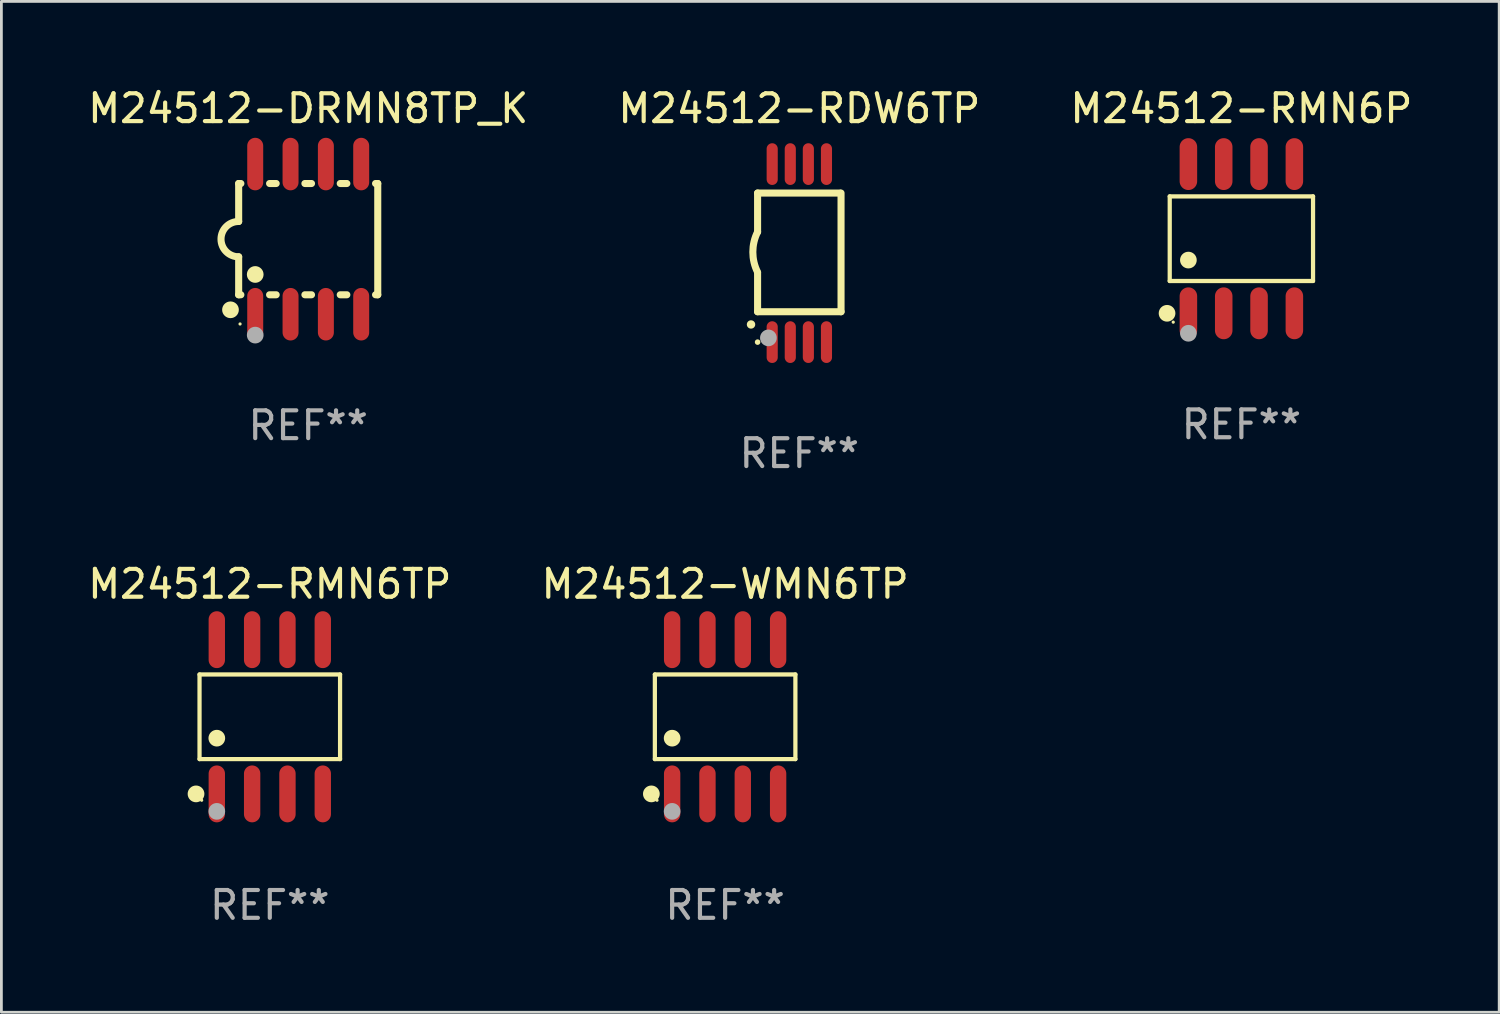
<source format=kicad_pcb>
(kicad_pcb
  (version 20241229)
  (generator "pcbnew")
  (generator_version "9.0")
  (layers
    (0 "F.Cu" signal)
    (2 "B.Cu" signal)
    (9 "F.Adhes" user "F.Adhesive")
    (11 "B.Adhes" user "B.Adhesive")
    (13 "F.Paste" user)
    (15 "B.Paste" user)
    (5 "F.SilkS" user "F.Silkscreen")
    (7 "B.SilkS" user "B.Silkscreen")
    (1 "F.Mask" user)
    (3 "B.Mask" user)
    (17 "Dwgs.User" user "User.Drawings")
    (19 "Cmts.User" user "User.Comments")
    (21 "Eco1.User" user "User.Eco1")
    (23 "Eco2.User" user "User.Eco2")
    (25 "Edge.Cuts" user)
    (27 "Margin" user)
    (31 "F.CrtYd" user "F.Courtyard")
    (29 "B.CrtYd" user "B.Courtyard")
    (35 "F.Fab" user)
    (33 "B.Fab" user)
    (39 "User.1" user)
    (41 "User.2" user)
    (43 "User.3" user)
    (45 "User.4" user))
  (footprint "M24512-RMN6TP"
    (layer "F.Cu")
    (at 6.649 22.718)
    (property "Reference" "M24512-RMN6TP" (at 0 -4.772 0) (layer "F.SilkS") (effects (font (size 1 1) (thickness 0.15))))
    (attr through_hole)
    (fp_line (start -2.526 -1.521) (end 2.526 -1.521) (stroke (width 0.152) (type solid)) (layer "F.SilkS"))
    (fp_line (start -2.526 1.521) (end -2.526 -1.521) (stroke (width 0.152) (type solid)) (layer "F.SilkS"))
    (fp_line (start 2.526 -1.521) (end 2.526 1.521) (stroke (width 0.152) (type solid)) (layer "F.SilkS"))
    (fp_line (start 2.526 1.521) (end -2.526 1.521) (stroke (width 0.152) (type solid)) (layer "F.SilkS"))
    (fp_circle (center -2.652 2.772) (end -2.501 2.772) (stroke (width 0.3) (type solid)) (fill no) (layer "F.SilkS"))
    (fp_circle (center -2.45 3) (end -2.42 3) (stroke (width 0.06) (type solid)) (fill no) (layer "F.SilkS"))
    (fp_circle (center -1.905 0.769) (end -1.755 0.769) (stroke (width 0.3) (type solid)) (fill no) (layer "F.SilkS"))
    (fp_circle (center -1.905 3.4) (end -1.755 3.4) (stroke (width 0.3) (type solid)) (fill no) (layer "F.Fab"))
    (fp_text user "REF**" (at 0 6.772 0) (layer "F.Fab") (effects (font (size 1 1) (thickness 0.15))))
    (pad "1" smd oval (at -1.905 2.772) (size 0.588 2.045) (layers "F.Cu" "F.Mask" "F.Paste"))
    (pad "2" smd oval (at -0.635 2.772) (size 0.588 2.045) (layers "F.Cu" "F.Mask" "F.Paste"))
    (pad "3" smd oval (at 0.635 2.772) (size 0.588 2.045) (layers "F.Cu" "F.Mask" "F.Paste"))
    (pad "4" smd oval (at 1.905 2.772) (size 0.588 2.045) (layers "F.Cu" "F.Mask" "F.Paste"))
    (pad "5" smd oval (at 1.905 -2.772) (size 0.588 2.045) (layers "F.Cu" "F.Mask" "F.Paste"))
    (pad "6" smd oval (at 0.635 -2.772) (size 0.588 2.045) (layers "F.Cu" "F.Mask" "F.Paste"))
    (pad "7" smd oval (at -0.635 -2.772) (size 0.588 2.045) (layers "F.Cu" "F.Mask" "F.Paste"))
    (pad "8" smd oval (at -1.905 -2.772) (size 0.588 2.045) (layers "F.Cu" "F.Mask" "F.Paste")))
  (footprint "M24512-RDW6TP"
    (layer "F.Cu")
    (at 25.685 6.049)
    (property "Reference" "M24512-RDW6TP" (at 0 -5.2 0) (layer "F.SilkS") (effects (font (size 1 1) (thickness 0.15))))
    (attr through_hole)
    (fp_line (start -1.5 -0.762) (end -1.5 -2.159) (stroke (width 0.254) (type solid)) (layer "F.SilkS"))
    (fp_line (start -1.5 2.108) (end -1.5 0.711) (stroke (width 0.254) (type solid)) (layer "F.SilkS"))
    (fp_line (start -1.5 2.108) (end 1.5 2.108) (stroke (width 0.254) (type solid)) (layer "F.SilkS"))
    (fp_line (start 1.463 -2.159) (end -1.5 -2.159) (stroke (width 0.254) (type solid)) (layer "F.SilkS"))
    (fp_line (start 1.5 2.108) (end 1.5 -2.159) (stroke (width 0.254) (type solid)) (layer "F.SilkS"))
    (fp_arc (start -1.737287 2.565405) (mid -1.736017 2.5654) (end -1.734747 2.565405) (stroke (width 0.3) (type solid)) (layer "F.SilkS"))
    (fp_arc (start -1.500076 0.685801) (mid -1.670966 -0.0381) (end -1.500076 -0.762002) (stroke (width 0.254001) (type solid)) (layer "F.SilkS"))
    (fp_circle (center -1.5 3.2) (end -1.45 3.2) (stroke (width 0.1) (type solid)) (fill no) (layer "F.SilkS"))
    (fp_circle (center -1.112 3.048) (end -0.962 3.048) (stroke (width 0.3) (type solid)) (fill no) (layer "F.Fab"))
    (fp_text user "REF**" (at 0 7.2 0) (layer "F.Fab") (effects (font (size 1 1) (thickness 0.15))))
    (pad "1" smd oval (at -0.975 3.2 180) (size 0.4 1.5) (layers "F.Cu" "F.Mask" "F.Paste"))
    (pad "2" smd oval (at -0.325 3.2 180) (size 0.4 1.5) (layers "F.Cu" "F.Mask" "F.Paste"))
    (pad "3" smd oval (at 0.325 3.2 180) (size 0.4 1.5) (layers "F.Cu" "F.Mask" "F.Paste"))
    (pad "4" smd oval (at 0.976 3.2 180) (size 0.4 1.5) (layers "F.Cu" "F.Mask" "F.Paste"))
    (pad "5" smd oval (at 0.976 -3.2 180) (size 0.4 1.5) (layers "F.Cu" "F.Mask" "F.Paste"))
    (pad "6" smd oval (at 0.325 -3.2 180) (size 0.4 1.5) (layers "F.Cu" "F.Mask" "F.Paste"))
    (pad "7" smd oval (at -0.325 -3.2 180) (size 0.4 1.5) (layers "F.Cu" "F.Mask" "F.Paste"))
    (pad "8" smd oval (at -0.975 -3.2 180) (size 0.4 1.5) (layers "F.Cu" "F.Mask" "F.Paste")))
  (footprint "M24512-RMN6P"
    (layer "F.Cu")
    (at 41.577 5.531)
    (property "Reference" "M24512-RMN6P" (at 0 -4.682 0) (layer "F.SilkS") (effects (font (size 1 1) (thickness 0.15))))
    (attr through_hole)
    (fp_line (start -2.576 -1.521) (end 2.576 -1.521) (stroke (width 0.152) (type solid)) (layer "F.SilkS"))
    (fp_line (start -2.576 1.521) (end -2.576 -1.521) (stroke (width 0.152) (type solid)) (layer "F.SilkS"))
    (fp_line (start 2.576 -1.521) (end 2.576 1.521) (stroke (width 0.152) (type solid)) (layer "F.SilkS"))
    (fp_line (start 2.576 1.521) (end -2.576 1.521) (stroke (width 0.152) (type solid)) (layer "F.SilkS"))
    (fp_circle (center -2.672 2.682) (end -2.522 2.682) (stroke (width 0.3) (type solid)) (fill no) (layer "F.SilkS"))
    (fp_circle (center -2.45 3) (end -2.42 3) (stroke (width 0.06) (type solid)) (fill no) (layer "F.SilkS"))
    (fp_circle (center -1.905 0.769) (end -1.755 0.769) (stroke (width 0.3) (type solid)) (fill no) (layer "F.SilkS"))
    (fp_circle (center -1.905 3.4) (end -1.755 3.4) (stroke (width 0.3) (type solid)) (fill no) (layer "F.Fab"))
    (fp_text user "REF**" (at 0 6.682 0) (layer "F.Fab") (effects (font (size 1 1) (thickness 0.15))))
    (pad "1" smd oval (at -1.905 2.682) (size 0.63 1.865) (layers "F.Cu" "F.Mask" "F.Paste"))
    (pad "2" smd oval (at -0.635 2.682) (size 0.63 1.865) (layers "F.Cu" "F.Mask" "F.Paste"))
    (pad "3" smd oval (at 0.635 2.682) (size 0.63 1.865) (layers "F.Cu" "F.Mask" "F.Paste"))
    (pad "4" smd oval (at 1.905 2.682) (size 0.63 1.865) (layers "F.Cu" "F.Mask" "F.Paste"))
    (pad "5" smd oval (at 1.905 -2.682) (size 0.63 1.865) (layers "F.Cu" "F.Mask" "F.Paste"))
    (pad "6" smd oval (at 0.635 -2.682) (size 0.63 1.865) (layers "F.Cu" "F.Mask" "F.Paste"))
    (pad "7" smd oval (at -0.635 -2.682) (size 0.63 1.865) (layers "F.Cu" "F.Mask" "F.Paste"))
    (pad "8" smd oval (at -1.905 -2.682) (size 0.63 1.865) (layers "F.Cu" "F.Mask" "F.Paste")))
  (footprint "M24512-DRMN8TP_K"
    (layer "F.Cu")
    (at 8.03 5.547)
    (property "Reference" "M24512-DRMN8TP_K" (at 0 -4.699 0) (layer "F.SilkS") (effects (font (size 1 1) (thickness 0.15))))
    (attr through_hole)
    (fp_line (start -2.5 -2) (end -2.5 -0.635) (stroke (width 0.254) (type solid)) (layer "F.SilkS"))
    (fp_line (start -2.5 -2) (end -2.421 -2) (stroke (width 0.254) (type solid)) (layer "F.SilkS"))
    (fp_line (start -2.5 2) (end -2.5 0.635) (stroke (width 0.254) (type solid)) (layer "F.SilkS"))
    (fp_line (start -2.5 2) (end -2.421 2) (stroke (width 0.254) (type solid)) (layer "F.SilkS"))
    (fp_line (start -1.389 -2) (end -1.151 -2) (stroke (width 0.254) (type solid)) (layer "F.SilkS"))
    (fp_line (start -1.389 2) (end -1.151 2) (stroke (width 0.254) (type solid)) (layer "F.SilkS"))
    (fp_line (start -0.119 -2) (end 0.119 -2) (stroke (width 0.254) (type solid)) (layer "F.SilkS"))
    (fp_line (start -0.119 2) (end 0.119 2) (stroke (width 0.254) (type solid)) (layer "F.SilkS"))
    (fp_line (start 1.151 -2) (end 1.389 -2) (stroke (width 0.254) (type solid)) (layer "F.SilkS"))
    (fp_line (start 1.151 2) (end 1.389 2) (stroke (width 0.254) (type solid)) (layer "F.SilkS"))
    (fp_line (start 2.421 -2) (end 2.5 -2) (stroke (width 0.254) (type solid)) (layer "F.SilkS"))
    (fp_line (start 2.421 2) (end 2.5 2) (stroke (width 0.254) (type solid)) (layer "F.SilkS"))
    (fp_line (start 2.5 -2) (end 2.5 2) (stroke (width 0.254) (type solid)) (layer "F.SilkS"))
    (fp_arc (start -2.5 0.635001) (mid -3.134366 -0.000318) (end -2.499365 -0.635001) (stroke (width 0.254001) (type solid)) (layer "F.SilkS"))
    (fp_circle (center -2.794 2.54) (end -2.644 2.54) (stroke (width 0.3) (type solid)) (fill no) (layer "F.SilkS"))
    (fp_circle (center -2.45 3.05) (end -2.42 3.05) (stroke (width 0.06) (type solid)) (fill no) (layer "F.SilkS"))
    (fp_circle (center -1.905 1.27) (end -1.755 1.27) (stroke (width 0.3) (type solid)) (fill no) (layer "F.SilkS"))
    (fp_circle (center -1.905 3.45) (end -1.755 3.45) (stroke (width 0.3) (type solid)) (fill no) (layer "F.Fab"))
    (fp_text user "REF**" (at 0 6.699 0) (layer "F.Fab") (effects (font (size 1 1) (thickness 0.15))))
    (pad "1" smd oval (at -1.905 2.699) (size 0.574 1.888) (layers "F.Cu" "F.Mask" "F.Paste"))
    (pad "2" smd oval (at -0.635 2.699) (size 0.574 1.888) (layers "F.Cu" "F.Mask" "F.Paste"))
    (pad "3" smd oval (at 0.635 2.699) (size 0.574 1.888) (layers "F.Cu" "F.Mask" "F.Paste"))
    (pad "4" smd oval (at 1.905 2.699) (size 0.574 1.888) (layers "F.Cu" "F.Mask" "F.Paste"))
    (pad "5" smd oval (at 1.905 -2.699) (size 0.574 1.888) (layers "F.Cu" "F.Mask" "F.Paste"))
    (pad "6" smd oval (at 0.635 -2.699) (size 0.574 1.888) (layers "F.Cu" "F.Mask" "F.Paste"))
    (pad "7" smd oval (at -0.635 -2.699) (size 0.574 1.888) (layers "F.Cu" "F.Mask" "F.Paste"))
    (pad "8" smd oval (at -1.905 -2.699) (size 0.574 1.888) (layers "F.Cu" "F.Mask" "F.Paste")))
  (footprint "M24512-WMN6TP"
    (layer "F.Cu")
    (at 23.018 22.718)
    (property "Reference" "M24512-WMN6TP" (at 0 -4.772 0) (layer "F.SilkS") (effects (font (size 1 1) (thickness 0.15))))
    (attr through_hole)
    (fp_line (start -2.526 -1.521) (end 2.526 -1.521) (stroke (width 0.152) (type solid)) (layer "F.SilkS"))
    (fp_line (start -2.526 1.521) (end -2.526 -1.521) (stroke (width 0.152) (type solid)) (layer "F.SilkS"))
    (fp_line (start 2.526 -1.521) (end 2.526 1.521) (stroke (width 0.152) (type solid)) (layer "F.SilkS"))
    (fp_line (start 2.526 1.521) (end -2.526 1.521) (stroke (width 0.152) (type solid)) (layer "F.SilkS"))
    (fp_circle (center -2.652 2.772) (end -2.501 2.772) (stroke (width 0.3) (type solid)) (fill no) (layer "F.SilkS"))
    (fp_circle (center -2.45 3) (end -2.42 3) (stroke (width 0.06) (type solid)) (fill no) (layer "F.SilkS"))
    (fp_circle (center -1.905 0.769) (end -1.755 0.769) (stroke (width 0.3) (type solid)) (fill no) (layer "F.SilkS"))
    (fp_circle (center -1.905 3.4) (end -1.755 3.4) (stroke (width 0.3) (type solid)) (fill no) (layer "F.Fab"))
    (fp_text user "REF**" (at 0 6.772 0) (layer "F.Fab") (effects (font (size 1 1) (thickness 0.15))))
    (pad "1" smd oval (at -1.905 2.772) (size 0.588 2.045) (layers "F.Cu" "F.Mask" "F.Paste"))
    (pad "2" smd oval (at -0.635 2.772) (size 0.588 2.045) (layers "F.Cu" "F.Mask" "F.Paste"))
    (pad "3" smd oval (at 0.635 2.772) (size 0.588 2.045) (layers "F.Cu" "F.Mask" "F.Paste"))
    (pad "4" smd oval (at 1.905 2.772) (size 0.588 2.045) (layers "F.Cu" "F.Mask" "F.Paste"))
    (pad "5" smd oval (at 1.905 -2.772) (size 0.588 2.045) (layers "F.Cu" "F.Mask" "F.Paste"))
    (pad "6" smd oval (at 0.635 -2.772) (size 0.588 2.045) (layers "F.Cu" "F.Mask" "F.Paste"))
    (pad "7" smd oval (at -0.635 -2.772) (size 0.588 2.045) (layers "F.Cu" "F.Mask" "F.Paste"))
    (pad "8" smd oval (at -1.905 -2.772) (size 0.588 2.045) (layers "F.Cu" "F.Mask" "F.Paste")))
  (gr_rect
    (start -3 -3)
    (end 50.845 33.339)
    (stroke (width 0.1) (type default))
    (fill no)
    (layer "Edge.Cuts")))
</source>
